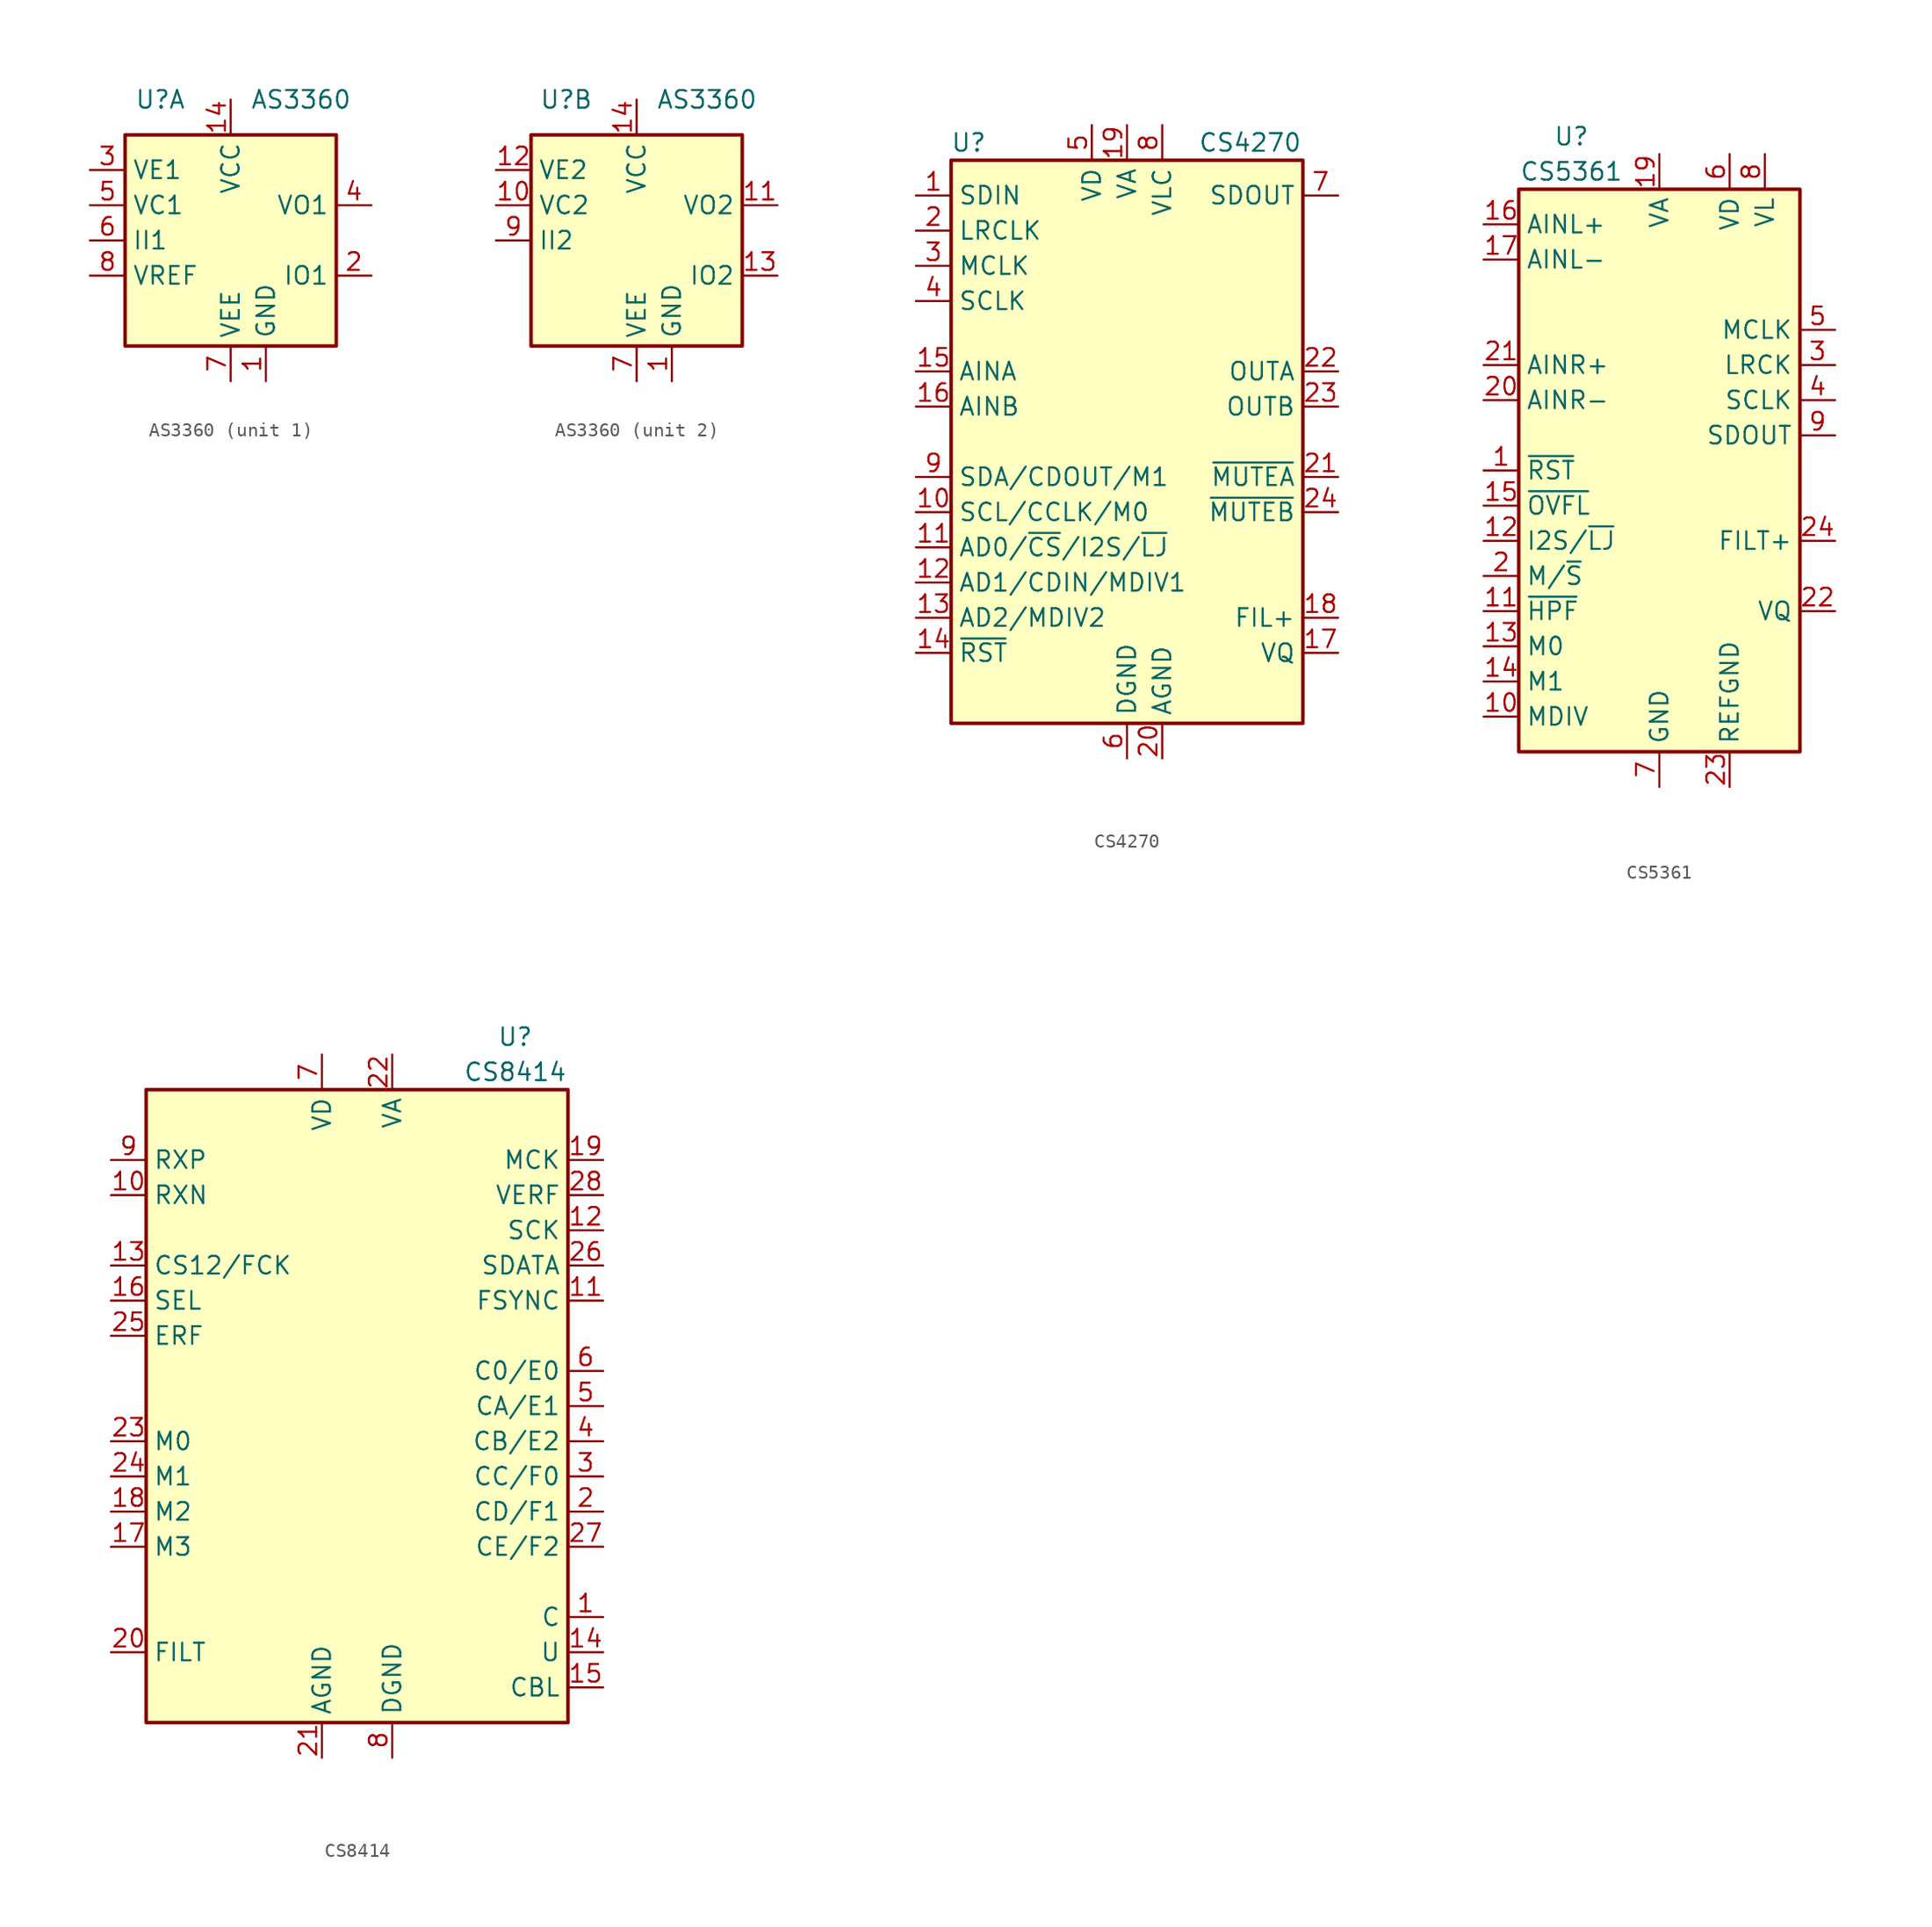
<source format=kicad_sym>
(kicad_symbol_lib
  (version 20201005)
  (generator kicad_symbol_editor)
  (symbol "AS3360"
    (property "Reference" "U"
      (at -5.08 10.16 0)
      (effects (font (size 1.27 1.27))))
    (property "Value" "AS3360"
      (at 5.08 10.16 0)
      (effects (font (size 1.27 1.27))))
    (symbol "AS3360_0_1"
      (rectangle (start -7.62 7.62) (end 7.62 -7.62) (stroke (width 0.254)) (fill (type background)))
      (pin power_in line (at 2.54 -10.16 90) (length 2.54) (name "GND" (effects (font (size 1.27 1.27)))) (number "1" (effects (font (size 1.27 1.27)))))
      (pin power_in line (at 0 10.16 270) (length 2.54) (name "VCC" (effects (font (size 1.27 1.27)))) (number "14" (effects (font (size 1.27 1.27)))))
      (pin power_in line (at 0 -10.16 90) (length 2.54) (name "VEE" (effects (font (size 1.27 1.27)))) (number "7" (effects (font (size 1.27 1.27))))))
    (symbol "AS3360_1_1"
      (pin output line (at 10.16 -2.54 180) (length 2.54) (name "IO1" (effects (font (size 1.27 1.27)))) (number "2" (effects (font (size 1.27 1.27)))))
      (pin input line (at -10.16 5.08 0) (length 2.54) (name "VE1" (effects (font (size 1.27 1.27)))) (number "3" (effects (font (size 1.27 1.27)))))
      (pin output line (at 10.16 2.54 180) (length 2.54) (name "VO1" (effects (font (size 1.27 1.27)))) (number "4" (effects (font (size 1.27 1.27)))))
      (pin input line (at -10.16 2.54 0) (length 2.54) (name "VC1" (effects (font (size 1.27 1.27)))) (number "5" (effects (font (size 1.27 1.27)))))
      (pin input line (at -10.16 0 0) (length 2.54) (name "II1" (effects (font (size 1.27 1.27)))) (number "6" (effects (font (size 1.27 1.27)))))
      (pin passive line (at -10.16 -2.54 0) (length 2.54) (name "VREF" (effects (font (size 1.27 1.27)))) (number "8" (effects (font (size 1.27 1.27))))))
    (symbol "AS3360_2_1"
      (pin input line (at -10.16 2.54 0) (length 2.54) (name "VC2" (effects (font (size 1.27 1.27)))) (number "10" (effects (font (size 1.27 1.27)))))
      (pin output line (at 10.16 2.54 180) (length 2.54) (name "VO2" (effects (font (size 1.27 1.27)))) (number "11" (effects (font (size 1.27 1.27)))))
      (pin input line (at -10.16 5.08 0) (length 2.54) (name "VE2" (effects (font (size 1.27 1.27)))) (number "12" (effects (font (size 1.27 1.27)))))
      (pin output line (at 10.16 -2.54 180) (length 2.54) (name "IO2" (effects (font (size 1.27 1.27)))) (number "13" (effects (font (size 1.27 1.27)))))
      (pin input line (at -10.16 0 0) (length 2.54) (name "II2" (effects (font (size 1.27 1.27)))) (number "9" (effects (font (size 1.27 1.27)))))))
  (symbol "CS4270"
    (property "Reference" "U"
      (at -11.43 21.59 0)
      (effects (font (size 1.27 1.27))))
    (property "Value" "CS4270"
      (at 8.89 21.59 0)
      (effects (font (size 1.27 1.27))))
    (symbol "CS4270_0_1"
      (rectangle (start -12.7 20.32) (end 12.7 -20.32) (stroke (width 0.254)) (fill (type background))))
    (symbol "CS4270_1_0"
      (pin input line (at -15.24 17.78 0) (length 2.54) (name "SDIN" (effects (font (size 1.27 1.27)))) (number "1" (effects (font (size 1.27 1.27)))))
      (pin input line (at -15.24 -5.08 0) (length 2.54) (name "SCL/CCLK/M0" (effects (font (size 1.27 1.27)))) (number "10" (effects (font (size 1.27 1.27)))))
      (pin input line (at -15.24 -7.62 0) (length 2.54) (name "AD0/~CS~/I2S/~LJ" (effects (font (size 1.27 1.27)))) (number "11" (effects (font (size 1.27 1.27)))))
      (pin input line (at -15.24 -10.16 0) (length 2.54) (name "AD1/CDIN/MDIV1" (effects (font (size 1.27 1.27)))) (number "12" (effects (font (size 1.27 1.27)))))
      (pin input line (at -15.24 -12.7 0) (length 2.54) (name "AD2/MDIV2" (effects (font (size 1.27 1.27)))) (number "13" (effects (font (size 1.27 1.27)))))
      (pin input line (at -15.24 -15.24 0) (length 2.54) (name "~RST" (effects (font (size 1.27 1.27)))) (number "14" (effects (font (size 1.27 1.27)))))
      (pin input line (at -15.24 5.08 0) (length 2.54) (name "AINA" (effects (font (size 1.27 1.27)))) (number "15" (effects (font (size 1.27 1.27)))))
      (pin input line (at -15.24 2.54 0) (length 2.54) (name "AINB" (effects (font (size 1.27 1.27)))) (number "16" (effects (font (size 1.27 1.27)))))
      (pin passive line (at 15.24 -15.24 180) (length 2.54) (name "VQ" (effects (font (size 1.27 1.27)))) (number "17" (effects (font (size 1.27 1.27)))))
      (pin passive line (at 15.24 -12.7 180) (length 2.54) (name "FIL+" (effects (font (size 1.27 1.27)))) (number "18" (effects (font (size 1.27 1.27)))))
      (pin power_in line (at 0 22.86 270) (length 2.54) (name "VA" (effects (font (size 1.27 1.27)))) (number "19" (effects (font (size 1.27 1.27)))))
      (pin bidirectional line (at -15.24 15.24 0) (length 2.54) (name "LRCLK" (effects (font (size 1.27 1.27)))) (number "2" (effects (font (size 1.27 1.27)))))
      (pin power_in line (at 2.54 -22.86 90) (length 2.54) (name "AGND" (effects (font (size 1.27 1.27)))) (number "20" (effects (font (size 1.27 1.27)))))
      (pin input line (at 15.24 -2.54 180) (length 2.54) (name "~MUTEA" (effects (font (size 1.27 1.27)))) (number "21" (effects (font (size 1.27 1.27)))))
      (pin output line (at 15.24 5.08 180) (length 2.54) (name "OUTA" (effects (font (size 1.27 1.27)))) (number "22" (effects (font (size 1.27 1.27)))))
      (pin output line (at 15.24 2.54 180) (length 2.54) (name "OUTB" (effects (font (size 1.27 1.27)))) (number "23" (effects (font (size 1.27 1.27)))))
      (pin input line (at 15.24 -5.08 180) (length 2.54) (name "~MUTEB" (effects (font (size 1.27 1.27)))) (number "24" (effects (font (size 1.27 1.27)))))
      (pin input line (at -15.24 12.7 0) (length 2.54) (name "MCLK" (effects (font (size 1.27 1.27)))) (number "3" (effects (font (size 1.27 1.27)))))
      (pin bidirectional line (at -15.24 10.16 0) (length 2.54) (name "SCLK" (effects (font (size 1.27 1.27)))) (number "4" (effects (font (size 1.27 1.27)))))
      (pin power_in line (at -2.54 22.86 270) (length 2.54) (name "VD" (effects (font (size 1.27 1.27)))) (number "5" (effects (font (size 1.27 1.27)))))
      (pin power_in line (at 0 -22.86 90) (length 2.54) (name "DGND" (effects (font (size 1.27 1.27)))) (number "6" (effects (font (size 1.27 1.27)))))
      (pin output line (at 15.24 17.78 180) (length 2.54) (name "SDOUT" (effects (font (size 1.27 1.27)))) (number "7" (effects (font (size 1.27 1.27)))))
      (pin power_in line (at 2.54 22.86 270) (length 2.54) (name "VLC" (effects (font (size 1.27 1.27)))) (number "8" (effects (font (size 1.27 1.27)))))
      (pin bidirectional line (at -15.24 -2.54 0) (length 2.54) (name "SDA/CDOUT/M1" (effects (font (size 1.27 1.27)))) (number "9" (effects (font (size 1.27 1.27)))))))
  (symbol "CS5361"
    (property "Reference" "U"
      (at -6.35 24.13 0)
      (effects (font (size 1.27 1.27))))
    (property "Value" "CS5361"
      (at -6.35 21.59 0)
      (effects (font (size 1.27 1.27))))
    (symbol "CS5361_0_1"
      (rectangle (start -10.16 20.32) (end 10.16 -20.32) (stroke (width 0.254)) (fill (type background))))
    (symbol "CS5361_1_1"
      (pin input line (at -12.7 0 0) (length 2.54) (name "~RST" (effects (font (size 1.27 1.27)))) (number "1" (effects (font (size 1.27 1.27)))))
      (pin input line (at -12.7 -17.78 0) (length 2.54) (name "MDIV" (effects (font (size 1.27 1.27)))) (number "10" (effects (font (size 1.27 1.27)))))
      (pin input line (at -12.7 -10.16 0) (length 2.54) (name "~HPF" (effects (font (size 1.27 1.27)))) (number "11" (effects (font (size 1.27 1.27)))))
      (pin input line (at -12.7 -5.08 0) (length 2.54) (name "I2S/~LJ" (effects (font (size 1.27 1.27)))) (number "12" (effects (font (size 1.27 1.27)))))
      (pin input line (at -12.7 -12.7 0) (length 2.54) (name "M0" (effects (font (size 1.27 1.27)))) (number "13" (effects (font (size 1.27 1.27)))))
      (pin input line (at -12.7 -15.24 0) (length 2.54) (name "M1" (effects (font (size 1.27 1.27)))) (number "14" (effects (font (size 1.27 1.27)))))
      (pin input line (at -12.7 -2.54 0) (length 2.54) (name "~OVFL" (effects (font (size 1.27 1.27)))) (number "15" (effects (font (size 1.27 1.27)))))
      (pin input line (at -12.7 17.78 0) (length 2.54) (name "AINL+" (effects (font (size 1.27 1.27)))) (number "16" (effects (font (size 1.27 1.27)))))
      (pin input line (at -12.7 15.24 0) (length 2.54) (name "AINL-" (effects (font (size 1.27 1.27)))) (number "17" (effects (font (size 1.27 1.27)))))
      (pin passive line (at 0 -22.86 90) (length 2.54) hide (name "GND" (effects (font (size 1.27 1.27)))) (number "18" (effects (font (size 1.27 1.27)))))
      (pin power_in line (at 0 22.86 270) (length 2.54) (name "VA" (effects (font (size 1.27 1.27)))) (number "19" (effects (font (size 1.27 1.27)))))
      (pin input line (at -12.7 -7.62 0) (length 2.54) (name "M/~S" (effects (font (size 1.27 1.27)))) (number "2" (effects (font (size 1.27 1.27)))))
      (pin input line (at -12.7 5.08 0) (length 2.54) (name "AINR-" (effects (font (size 1.27 1.27)))) (number "20" (effects (font (size 1.27 1.27)))))
      (pin input line (at -12.7 7.62 0) (length 2.54) (name "AINR+" (effects (font (size 1.27 1.27)))) (number "21" (effects (font (size 1.27 1.27)))))
      (pin power_out line (at 12.7 -10.16 180) (length 2.54) (name "VQ" (effects (font (size 1.27 1.27)))) (number "22" (effects (font (size 1.27 1.27)))))
      (pin power_in line (at 5.08 -22.86 90) (length 2.54) (name "REFGND" (effects (font (size 1.27 1.27)))) (number "23" (effects (font (size 1.27 1.27)))))
      (pin power_out line (at 12.7 -5.08 180) (length 2.54) (name "FILT+" (effects (font (size 1.27 1.27)))) (number "24" (effects (font (size 1.27 1.27)))))
      (pin bidirectional line (at 12.7 7.62 180) (length 2.54) (name "LRCK" (effects (font (size 1.27 1.27)))) (number "3" (effects (font (size 1.27 1.27)))))
      (pin bidirectional line (at 12.7 5.08 180) (length 2.54) (name "SCLK" (effects (font (size 1.27 1.27)))) (number "4" (effects (font (size 1.27 1.27)))))
      (pin input line (at 12.7 10.16 180) (length 2.54) (name "MCLK" (effects (font (size 1.27 1.27)))) (number "5" (effects (font (size 1.27 1.27)))))
      (pin power_in line (at 5.08 22.86 270) (length 2.54) (name "VD" (effects (font (size 1.27 1.27)))) (number "6" (effects (font (size 1.27 1.27)))))
      (pin power_in line (at 0 -22.86 90) (length 2.54) (name "GND" (effects (font (size 1.27 1.27)))) (number "7" (effects (font (size 1.27 1.27)))))
      (pin power_in line (at 7.62 22.86 270) (length 2.54) (name "VL" (effects (font (size 1.27 1.27)))) (number "8" (effects (font (size 1.27 1.27)))))
      (pin output line (at 12.7 2.54 180) (length 2.54) (name "SDOUT" (effects (font (size 1.27 1.27)))) (number "9" (effects (font (size 1.27 1.27)))))))
  (symbol "CS8414"
    (property "Reference" "U"
      (at 11.43 26.67 0)
      (effects (font (size 1.27 1.27))))
    (property "Value" "CS8414"
      (at 11.43 24.13 0)
      (effects (font (size 1.27 1.27))))
    (symbol "CS8414_0_1"
      (rectangle (start -15.24 -22.86) (end 15.24 22.86) (stroke (width 0.254)) (fill (type background))))
    (symbol "CS8414_1_1"
      (pin output line (at 17.78 -15.24 180) (length 2.54) (name "C" (effects (font (size 1.27 1.27)))) (number "1" (effects (font (size 1.27 1.27)))))
      (pin input line (at -17.78 15.24 0) (length 2.54) (name "RXN" (effects (font (size 1.27 1.27)))) (number "10" (effects (font (size 1.27 1.27)))))
      (pin bidirectional line (at 17.78 7.62 180) (length 2.54) (name "FSYNC" (effects (font (size 1.27 1.27)))) (number "11" (effects (font (size 1.27 1.27)))))
      (pin bidirectional line (at 17.78 12.7 180) (length 2.54) (name "SCK" (effects (font (size 1.27 1.27)))) (number "12" (effects (font (size 1.27 1.27)))))
      (pin input line (at -17.78 10.16 0) (length 2.54) (name "CS12/FCK" (effects (font (size 1.27 1.27)))) (number "13" (effects (font (size 1.27 1.27)))))
      (pin output line (at 17.78 -17.78 180) (length 2.54) (name "U" (effects (font (size 1.27 1.27)))) (number "14" (effects (font (size 1.27 1.27)))))
      (pin output line (at 17.78 -20.32 180) (length 2.54) (name "CBL" (effects (font (size 1.27 1.27)))) (number "15" (effects (font (size 1.27 1.27)))))
      (pin input line (at -17.78 7.62 0) (length 2.54) (name "SEL" (effects (font (size 1.27 1.27)))) (number "16" (effects (font (size 1.27 1.27)))))
      (pin input line (at -17.78 -10.16 0) (length 2.54) (name "M3" (effects (font (size 1.27 1.27)))) (number "17" (effects (font (size 1.27 1.27)))))
      (pin input line (at -17.78 -7.62 0) (length 2.54) (name "M2" (effects (font (size 1.27 1.27)))) (number "18" (effects (font (size 1.27 1.27)))))
      (pin output line (at 17.78 17.78 180) (length 2.54) (name "MCK" (effects (font (size 1.27 1.27)))) (number "19" (effects (font (size 1.27 1.27)))))
      (pin output line (at 17.78 -7.62 180) (length 2.54) (name "CD/F1" (effects (font (size 1.27 1.27)))) (number "2" (effects (font (size 1.27 1.27)))))
      (pin input line (at -17.78 -17.78 0) (length 2.54) (name "FILT" (effects (font (size 1.27 1.27)))) (number "20" (effects (font (size 1.27 1.27)))))
      (pin power_in line (at -2.54 -25.4 90) (length 2.54) (name "AGND" (effects (font (size 1.27 1.27)))) (number "21" (effects (font (size 1.27 1.27)))))
      (pin power_in line (at 2.54 25.4 270) (length 2.54) (name "VA" (effects (font (size 1.27 1.27)))) (number "22" (effects (font (size 1.27 1.27)))))
      (pin input line (at -17.78 -2.54 0) (length 2.54) (name "M0" (effects (font (size 1.27 1.27)))) (number "23" (effects (font (size 1.27 1.27)))))
      (pin input line (at -17.78 -5.08 0) (length 2.54) (name "M1" (effects (font (size 1.27 1.27)))) (number "24" (effects (font (size 1.27 1.27)))))
      (pin output line (at -17.78 5.08 0) (length 2.54) (name "ERF" (effects (font (size 1.27 1.27)))) (number "25" (effects (font (size 1.27 1.27)))))
      (pin output line (at 17.78 10.16 180) (length 2.54) (name "SDATA" (effects (font (size 1.27 1.27)))) (number "26" (effects (font (size 1.27 1.27)))))
      (pin output line (at 17.78 -10.16 180) (length 2.54) (name "CE/F2" (effects (font (size 1.27 1.27)))) (number "27" (effects (font (size 1.27 1.27)))))
      (pin output line (at 17.78 15.24 180) (length 2.54) (name "VERF" (effects (font (size 1.27 1.27)))) (number "28" (effects (font (size 1.27 1.27)))))
      (pin output line (at 17.78 -5.08 180) (length 2.54) (name "CC/F0" (effects (font (size 1.27 1.27)))) (number "3" (effects (font (size 1.27 1.27)))))
      (pin output line (at 17.78 -2.54 180) (length 2.54) (name "CB/E2" (effects (font (size 1.27 1.27)))) (number "4" (effects (font (size 1.27 1.27)))))
      (pin output line (at 17.78 0 180) (length 2.54) (name "CA/E1" (effects (font (size 1.27 1.27)))) (number "5" (effects (font (size 1.27 1.27)))))
      (pin output line (at 17.78 2.54 180) (length 2.54) (name "C0/E0" (effects (font (size 1.27 1.27)))) (number "6" (effects (font (size 1.27 1.27)))))
      (pin power_in line (at -2.54 25.4 270) (length 2.54) (name "VD" (effects (font (size 1.27 1.27)))) (number "7" (effects (font (size 1.27 1.27)))))
      (pin power_in line (at 2.54 -25.4 90) (length 2.54) (name "DGND" (effects (font (size 1.27 1.27)))) (number "8" (effects (font (size 1.27 1.27)))))
      (pin input line (at -17.78 17.78 0) (length 2.54) (name "RXP" (effects (font (size 1.27 1.27)))) (number "9" (effects (font (size 1.27 1.27))))))))
</source>
